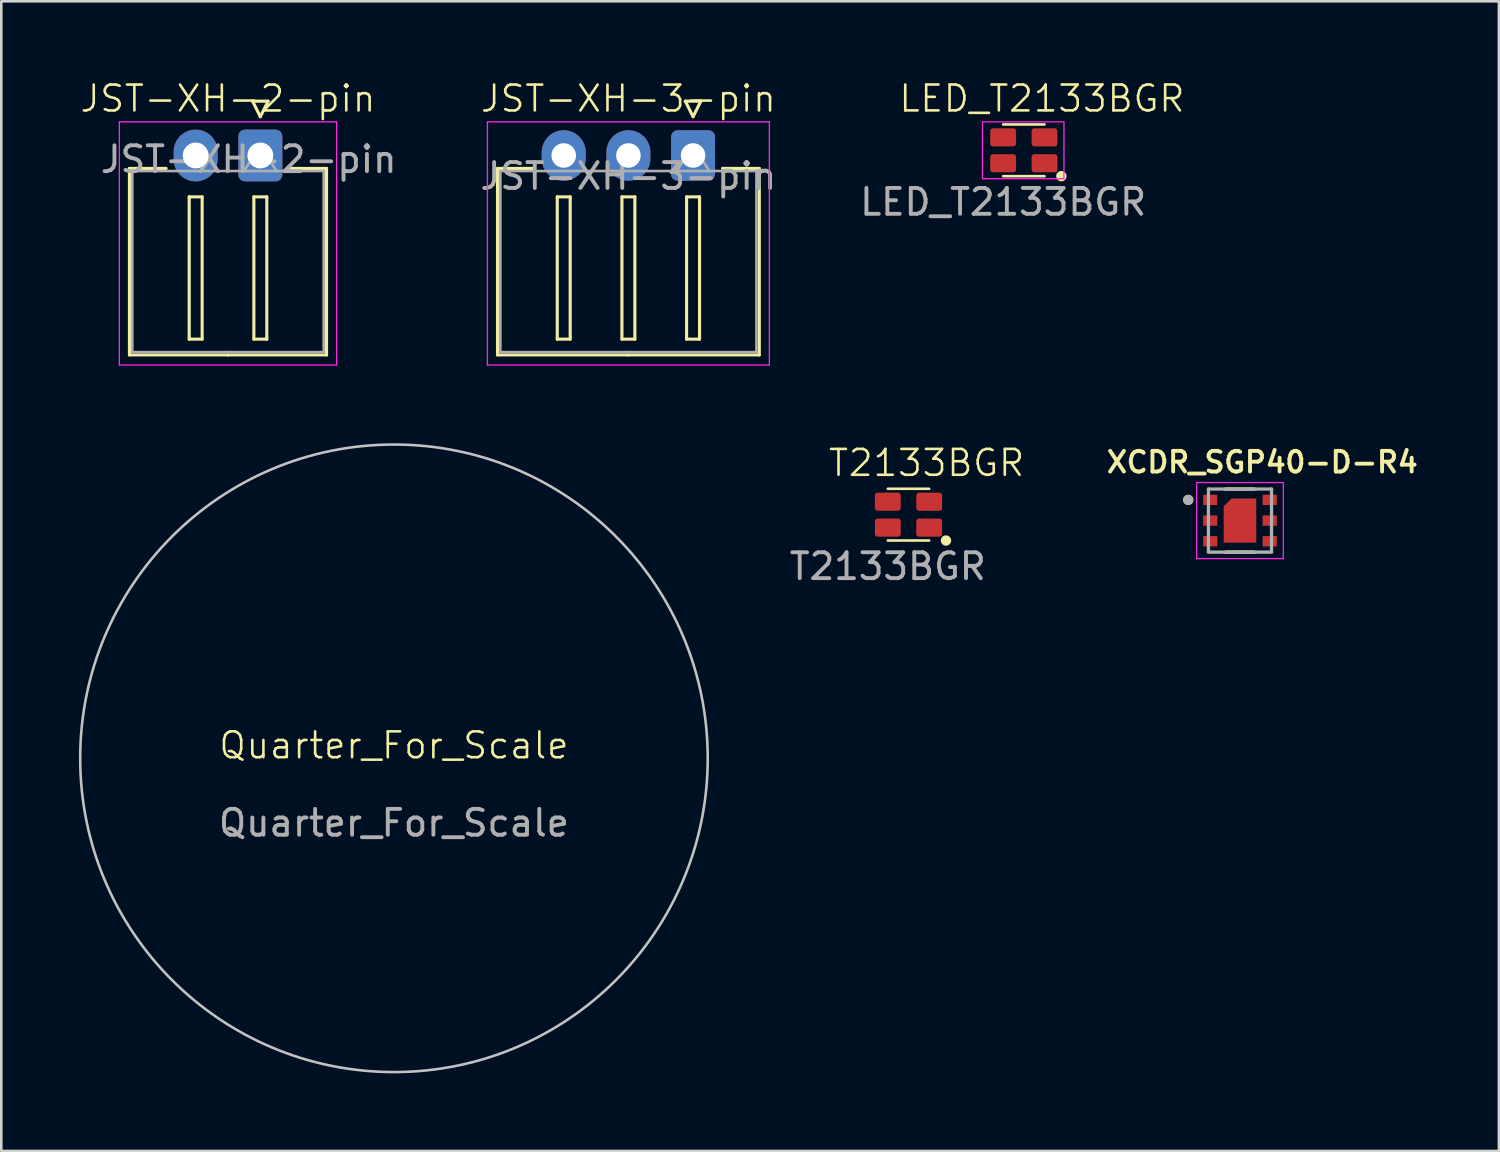
<source format=kicad_pcb>
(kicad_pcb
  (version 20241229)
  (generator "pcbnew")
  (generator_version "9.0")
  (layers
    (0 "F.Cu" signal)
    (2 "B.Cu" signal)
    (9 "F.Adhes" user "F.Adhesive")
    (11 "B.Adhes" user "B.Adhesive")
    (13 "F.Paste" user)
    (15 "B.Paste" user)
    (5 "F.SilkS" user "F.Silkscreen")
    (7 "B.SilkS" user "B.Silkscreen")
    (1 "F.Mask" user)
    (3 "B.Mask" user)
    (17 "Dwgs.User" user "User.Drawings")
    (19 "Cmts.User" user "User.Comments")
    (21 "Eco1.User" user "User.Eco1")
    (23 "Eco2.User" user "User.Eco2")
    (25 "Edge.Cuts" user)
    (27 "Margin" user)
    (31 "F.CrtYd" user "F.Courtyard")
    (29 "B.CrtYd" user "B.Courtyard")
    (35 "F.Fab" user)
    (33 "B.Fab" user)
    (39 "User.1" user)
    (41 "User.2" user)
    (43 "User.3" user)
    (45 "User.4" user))
  (footprint "LED_T2133BGR"
    (layer "F.Cu")
    (at 36.531 2.76)
    (property "Reference" "LED_T2133BGR" (at 0.7 -2 0) (unlocked yes) (layer "F.SilkS") (effects (font (size 1 1) (thickness 0.1))))
    (attr smd)
    (fp_line (start -0.8 -1) (end 0.8 -1) (stroke (width 0.1) (type solid)) (layer "F.SilkS"))
    (fp_line (start -0.8 1) (end 0.8 1) (stroke (width 0.1) (type solid)) (layer "F.SilkS"))
    (fp_circle (center 1.45 1) (end 1.6 1) (stroke (width 0.1) (type solid)) (fill yes) (layer "F.SilkS"))
    (fp_rect (start -1.6 -1.1) (end 1.55 1.1) (stroke (width 0.05) (type solid)) (fill no) (layer "F.CrtYd"))
    (fp_text user "${REFERENCE}" (at -0.8 2 0) (unlocked yes) (layer "F.Fab") (effects (font (size 1 1) (thickness 0.15))))
    (pad "1" smd roundrect (at 0.8 0.5) (size 1 0.7) (layers "F.Cu" "F.Mask" "F.Paste") (roundrect_rratio 0.15))
    (pad "2" smd roundrect (at 0.8 -0.5) (size 1 0.7) (layers "F.Cu" "F.Mask" "F.Paste") (roundrect_rratio 0.15))
    (pad "3" smd roundrect (at -0.8 -0.5) (size 1 0.7) (layers "F.Cu" "F.Mask" "F.Paste") (roundrect_rratio 0.15))
    (pad "4" smd roundrect (at -0.8 0.5) (size 1 0.7) (layers "F.Cu" "F.Mask" "F.Paste") (roundrect_rratio 0.15)))
  (footprint "T2133BGR"
    (layer "F.Cu")
    (at 32.071 16.846)
    (property "Reference" "T2133BGR" (at 0.7 -2 0) (unlocked yes) (layer "F.SilkS") (effects (font (size 1 1) (thickness 0.1))))
    (attr smd)
    (fp_line (start -0.8 -1) (end 0.8 -1) (stroke (width 0.1) (type solid)) (layer "F.SilkS"))
    (fp_line (start -0.8 1) (end 0.8 1) (stroke (width 0.1) (type solid)) (layer "F.SilkS"))
    (fp_circle (center 1.45 1) (end 1.6 1) (stroke (width 0.1) (type solid)) (fill yes) (layer "F.SilkS"))
    (fp_text user "${REFERENCE}" (at -0.8 2 0) (unlocked yes) (layer "F.Fab") (effects (font (size 1 1) (thickness 0.15))))
    (pad "1" smd roundrect (at 0.8 0.5) (size 1 0.7) (layers "F.Cu" "F.Mask" "F.Paste") (roundrect_rratio 0.15))
    (pad "2" smd roundrect (at 0.8 -0.5) (size 1 0.7) (layers "F.Cu" "F.Mask" "F.Paste") (roundrect_rratio 0.15))
    (pad "3" smd roundrect (at -0.8 -0.5) (size 1 0.7) (layers "F.Cu" "F.Mask" "F.Paste") (roundrect_rratio 0.15))
    (pad "4" smd roundrect (at -0.8 0.5) (size 1 0.7) (layers "F.Cu" "F.Mask" "F.Paste") (roundrect_rratio 0.15)))
  (footprint "XCDR_SGP40-D-R4"
    (layer "F.Cu")
    (at 44.886 17.075)
    (property "Reference" "XCDR_SGP40-D-R4" (at 0.865 -2.258 0) (layer "F.SilkS") (effects (font (size 0.8 0.8) (thickness 0.15))))
    (attr smd)
    (fp_poly (pts (xy -0.625 0.85) (xy -0.625 -0.55) (xy -0.325 -0.85) (xy 0.625 -0.85) (xy 0.625 0.85)) (stroke (width 0.01) (type solid)) (fill yes) (layer "F.Mask"))
    (fp_line (start -0.555 -1.22) (end 0.555 -1.22) (stroke (width 0.127) (type solid)) (layer "F.SilkS"))
    (fp_line (start 0.555 1.22) (end -0.555 1.22) (stroke (width 0.127) (type solid)) (layer "F.SilkS"))
    (fp_circle (center -2 -0.8) (end -1.9 -0.8) (stroke (width 0.2) (type solid)) (fill no) (layer "F.SilkS"))
    (fp_poly (pts (xy -0.525 0.75) (xy 0.525 0.75) (xy 0.525 -0.75) (xy -0.275 -0.75) (xy -0.525 -0.5)) (stroke (width 0.01) (type solid)) (fill yes) (layer "F.Paste"))
    (fp_line (start -1.675 -1.47) (end 1.675 -1.47) (stroke (width 0.05) (type solid)) (layer "F.CrtYd"))
    (fp_line (start -1.675 1.47) (end -1.675 -1.47) (stroke (width 0.05) (type solid)) (layer "F.CrtYd"))
    (fp_line (start 1.675 -1.47) (end 1.675 1.47) (stroke (width 0.05) (type solid)) (layer "F.CrtYd"))
    (fp_line (start 1.675 1.47) (end -1.675 1.47) (stroke (width 0.05) (type solid)) (layer "F.CrtYd"))
    (fp_line (start -1.22 -1.22) (end 1.22 -1.22) (stroke (width 0.127) (type solid)) (layer "F.Fab"))
    (fp_line (start -1.22 1.22) (end -1.22 -1.22) (stroke (width 0.127) (type solid)) (layer "F.Fab"))
    (fp_line (start 1.22 -1.22) (end 1.22 1.22) (stroke (width 0.127) (type solid)) (layer "F.Fab"))
    (fp_line (start 1.22 1.22) (end -1.22 1.22) (stroke (width 0.127) (type solid)) (layer "F.Fab"))
    (fp_circle (center -2 -0.8) (end -1.9 -0.8) (stroke (width 0.2) (type solid)) (fill no) (layer "F.Fab"))
    (pad "1" smd rect (at -1.15 -0.8) (size 0.55 0.4) (layers "F.Cu" "F.Mask" "F.Paste"))
    (pad "2" smd rect (at -1.15 0) (size 0.55 0.4) (layers "F.Cu" "F.Mask" "F.Paste"))
    (pad "3" smd rect (at -1.15 0.8) (size 0.55 0.4) (layers "F.Cu" "F.Mask" "F.Paste"))
    (pad "4" smd rect (at 1.15 0.8) (size 0.55 0.4) (layers "F.Cu" "F.Mask" "F.Paste"))
    (pad "5" smd rect (at 1.15 0) (size 0.55 0.4) (layers "F.Cu" "F.Mask" "F.Paste"))
    (pad "6" smd rect (at 1.15 -0.8) (size 0.55 0.4) (layers "F.Cu" "F.Mask" "F.Paste"))
    (pad "7" smd custom (at 0 0) (size 1 1) (layers "F.Cu") (options (anchor rect)) (primitives (gr_poly (pts (xy -0.625 0.85) (xy -0.625 -0.55) (xy -0.325 -0.85) (xy 0.625 -0.85) (xy 0.625 0.85)) (width 0.01) (fill yes)))))
  (footprint "JST-XH-3-pin"
    (layer "F.Cu")
    (at 21.243 2.961)
    (property "Reference" "JST-XH-3-pin" (at 0 -2.2 0) (unlocked yes) (layer "F.SilkS") (effects (font (size 1 1) (thickness 0.1))))
    (attr through_hole)
    (fp_line (start -5.06 0.5) (end -3.64 0.5) (stroke (width 0.12) (type solid)) (layer "F.SilkS"))
    (fp_line (start -5.06 7.71) (end -5.06 0.5) (stroke (width 0.12) (type solid)) (layer "F.SilkS"))
    (fp_line (start -2.75 1.6) (end -2.25 1.6) (stroke (width 0.12) (type solid)) (layer "F.SilkS"))
    (fp_line (start -2.75 7.1) (end -2.75 1.6) (stroke (width 0.12) (type solid)) (layer "F.SilkS"))
    (fp_line (start -2.25 1.6) (end -2.25 7.1) (stroke (width 0.12) (type solid)) (layer "F.SilkS"))
    (fp_line (start -2.25 7.1) (end -2.75 7.1) (stroke (width 0.12) (type solid)) (layer "F.SilkS"))
    (fp_line (start -0.25 1.6) (end 0.25 1.6) (stroke (width 0.12) (type solid)) (layer "F.SilkS"))
    (fp_line (start -0.25 7.1) (end -0.25 1.6) (stroke (width 0.12) (type solid)) (layer "F.SilkS"))
    (fp_line (start 0 7.71) (end -5.06 7.71) (stroke (width 0.12) (type solid)) (layer "F.SilkS"))
    (fp_line (start 0 7.71) (end 5.06 7.71) (stroke (width 0.12) (type solid)) (layer "F.SilkS"))
    (fp_line (start 0.25 1.6) (end 0.25 7.1) (stroke (width 0.12) (type solid)) (layer "F.SilkS"))
    (fp_line (start 0.25 7.1) (end -0.25 7.1) (stroke (width 0.12) (type solid)) (layer "F.SilkS"))
    (fp_line (start 2.2 -2.1) (end 2.5 -1.5) (stroke (width 0.12) (type solid)) (layer "F.SilkS"))
    (fp_line (start 2.25 1.6) (end 2.75 1.6) (stroke (width 0.12) (type solid)) (layer "F.SilkS"))
    (fp_line (start 2.25 7.1) (end 2.25 1.6) (stroke (width 0.12) (type solid)) (layer "F.SilkS"))
    (fp_line (start 2.5 -1.5) (end 2.8 -2.1) (stroke (width 0.12) (type solid)) (layer "F.SilkS"))
    (fp_line (start 2.75 1.6) (end 2.75 7.1) (stroke (width 0.12) (type solid)) (layer "F.SilkS"))
    (fp_line (start 2.75 7.1) (end 2.25 7.1) (stroke (width 0.12) (type solid)) (layer "F.SilkS"))
    (fp_line (start 2.8 -2.1) (end 2.2 -2.1) (stroke (width 0.12) (type solid)) (layer "F.SilkS"))
    (fp_line (start 5.06 0.5) (end 3.64 0.5) (stroke (width 0.12) (type solid)) (layer "F.SilkS"))
    (fp_line (start 5.06 7.71) (end 5.06 0.5) (stroke (width 0.12) (type solid)) (layer "F.SilkS"))
    (fp_line (start -5.45 -1.3) (end 5.45 -1.3) (stroke (width 0.05) (type solid)) (layer "F.CrtYd"))
    (fp_line (start -5.45 8.1) (end -5.45 -1.3) (stroke (width 0.05) (type solid)) (layer "F.CrtYd"))
    (fp_line (start 5.45 -1.3) (end 5.45 8.1) (stroke (width 0.05) (type solid)) (layer "F.CrtYd"))
    (fp_line (start 5.45 8.1) (end -5.45 8.1) (stroke (width 0.05) (type solid)) (layer "F.CrtYd"))
    (fp_line (start -4.95 0.6) (end 0 0.6) (stroke (width 0.1) (type solid)) (layer "F.Fab"))
    (fp_line (start -4.95 7.6) (end -4.95 0.6) (stroke (width 0.1) (type solid)) (layer "F.Fab"))
    (fp_line (start 0 7.6) (end -4.95 7.6) (stroke (width 0.1) (type solid)) (layer "F.Fab"))
    (fp_line (start 0 7.6) (end 4.95 7.6) (stroke (width 0.1) (type solid)) (layer "F.Fab"))
    (fp_line (start 2.5 -0.4) (end 1.875 0.6) (stroke (width 0.1) (type solid)) (layer "F.Fab"))
    (fp_line (start 3.125 0.6) (end 2.5 -0.4) (stroke (width 0.1) (type solid)) (layer "F.Fab"))
    (fp_line (start 4.95 0.6) (end 0 0.6) (stroke (width 0.1) (type solid)) (layer "F.Fab"))
    (fp_line (start 4.95 7.6) (end 4.95 0.6) (stroke (width 0.1) (type solid)) (layer "F.Fab"))
    (fp_text user "${REFERENCE}" (at 0 0.8 0) (unlocked yes) (layer "F.Fab") (effects (font (size 1 1) (thickness 0.15))))
    (pad "1" thru_hole roundrect (at 2.5 0) (size 1.7 1.95) (drill 0.95) (layers "*.Cu" "*.Mask") (roundrect_rratio 0.147))
    (pad "2" thru_hole oval (at 0 0) (size 1.7 1.95) (drill 0.95) (layers "*.Cu" "*.Mask"))
    (pad "3" thru_hole oval (at -2.5 0) (size 1.7 1.95) (drill 0.95) (layers "*.Cu" "*.Mask")))
  (footprint "Quarter_For_Scale"
    (layer "F.Cu")
    (at 12.18 26.265)
    (property "Reference" "Quarter_For_Scale" (at 0 -0.5 0) (unlocked yes) (layer "F.SilkS") (effects (font (size 1 1) (thickness 0.1))))
    (attr board_only exclude_from_bom allow_missing_courtyard)
    (fp_circle (center 0 0) (end 12.13 0) (stroke (width 0.1) (type solid)) (fill no) (layer "Dwgs.User"))
    (fp_text user "${REFERENCE}" (at 0 2.5 0) (unlocked yes) (layer "F.Fab") (effects (font (size 1 1) (thickness 0.15)))))
  (footprint "JST-XH-2-pin"
    (layer "F.Cu")
    (at 5.764 2.961)
    (property "Reference" "JST-XH-2-pin" (at 0 -2.2 0) (unlocked yes) (layer "F.SilkS") (effects (font (size 1 1) (thickness 0.1))))
    (attr through_hole)
    (fp_line (start -3.81 0.5) (end -2.39 0.5) (stroke (width 0.12) (type solid)) (layer "F.SilkS"))
    (fp_line (start -3.81 7.71) (end -3.81 0.5) (stroke (width 0.12) (type solid)) (layer "F.SilkS"))
    (fp_line (start -1.5 1.6) (end -1 1.6) (stroke (width 0.12) (type solid)) (layer "F.SilkS"))
    (fp_line (start -1.5 7.1) (end -1.5 1.6) (stroke (width 0.12) (type solid)) (layer "F.SilkS"))
    (fp_line (start -1 1.6) (end -1 7.1) (stroke (width 0.12) (type solid)) (layer "F.SilkS"))
    (fp_line (start -1 7.1) (end -1.5 7.1) (stroke (width 0.12) (type solid)) (layer "F.SilkS"))
    (fp_line (start 0 7.71) (end -3.81 7.71) (stroke (width 0.12) (type solid)) (layer "F.SilkS"))
    (fp_line (start 0 7.71) (end 3.81 7.71) (stroke (width 0.12) (type solid)) (layer "F.SilkS"))
    (fp_line (start 0.95 -2.1) (end 1.25 -1.5) (stroke (width 0.12) (type solid)) (layer "F.SilkS"))
    (fp_line (start 1 1.6) (end 1.5 1.6) (stroke (width 0.12) (type solid)) (layer "F.SilkS"))
    (fp_line (start 1 7.1) (end 1 1.6) (stroke (width 0.12) (type solid)) (layer "F.SilkS"))
    (fp_line (start 1.25 -1.5) (end 1.55 -2.1) (stroke (width 0.12) (type solid)) (layer "F.SilkS"))
    (fp_line (start 1.5 1.6) (end 1.5 7.1) (stroke (width 0.12) (type solid)) (layer "F.SilkS"))
    (fp_line (start 1.5 7.1) (end 1 7.1) (stroke (width 0.12) (type solid)) (layer "F.SilkS"))
    (fp_line (start 1.55 -2.1) (end 0.95 -2.1) (stroke (width 0.12) (type solid)) (layer "F.SilkS"))
    (fp_line (start 3.81 0.5) (end 2.39 0.5) (stroke (width 0.12) (type solid)) (layer "F.SilkS"))
    (fp_line (start 3.81 7.71) (end 3.81 0.5) (stroke (width 0.12) (type solid)) (layer "F.SilkS"))
    (fp_line (start -4.2 -1.3) (end 4.2 -1.3) (stroke (width 0.05) (type solid)) (layer "F.CrtYd"))
    (fp_line (start -4.2 8.1) (end -4.2 -1.3) (stroke (width 0.05) (type solid)) (layer "F.CrtYd"))
    (fp_line (start 4.2 -1.3) (end 4.2 8.1) (stroke (width 0.05) (type solid)) (layer "F.CrtYd"))
    (fp_line (start 4.2 8.1) (end -4.2 8.1) (stroke (width 0.05) (type solid)) (layer "F.CrtYd"))
    (fp_line (start -3.7 0.6) (end 0 0.6) (stroke (width 0.1) (type solid)) (layer "F.Fab"))
    (fp_line (start -3.7 7.6) (end -3.7 0.6) (stroke (width 0.1) (type solid)) (layer "F.Fab"))
    (fp_line (start 0 7.6) (end -3.7 7.6) (stroke (width 0.1) (type solid)) (layer "F.Fab"))
    (fp_line (start 0 7.6) (end 3.7 7.6) (stroke (width 0.1) (type solid)) (layer "F.Fab"))
    (fp_line (start 1.25 -0.4) (end 0.625 0.6) (stroke (width 0.1) (type solid)) (layer "F.Fab"))
    (fp_line (start 1.875 0.6) (end 1.25 -0.4) (stroke (width 0.1) (type solid)) (layer "F.Fab"))
    (fp_line (start 3.7 0.6) (end 0 0.6) (stroke (width 0.1) (type solid)) (layer "F.Fab"))
    (fp_line (start 3.7 7.6) (end 3.7 0.6) (stroke (width 0.1) (type solid)) (layer "F.Fab"))
    (fp_text user "${REFERENCE}" (at 0.8 0.15 0) (layer "F.Fab") (effects (font (size 1 1) (thickness 0.15))))
    (pad "1" thru_hole roundrect (at 1.25 0) (size 1.7 2) (drill 1) (layers "*.Cu" "*.Mask") (roundrect_rratio 0.147))
    (pad "2" thru_hole oval (at -1.25 0) (size 1.7 2) (drill 1) (layers "*.Cu" "*.Mask")))
  (gr_rect
    (start -3 -3)
    (end 54.896 41.446)
    (stroke (width 0.1) (type default))
    (fill no)
    (layer "Edge.Cuts")))
</source>
